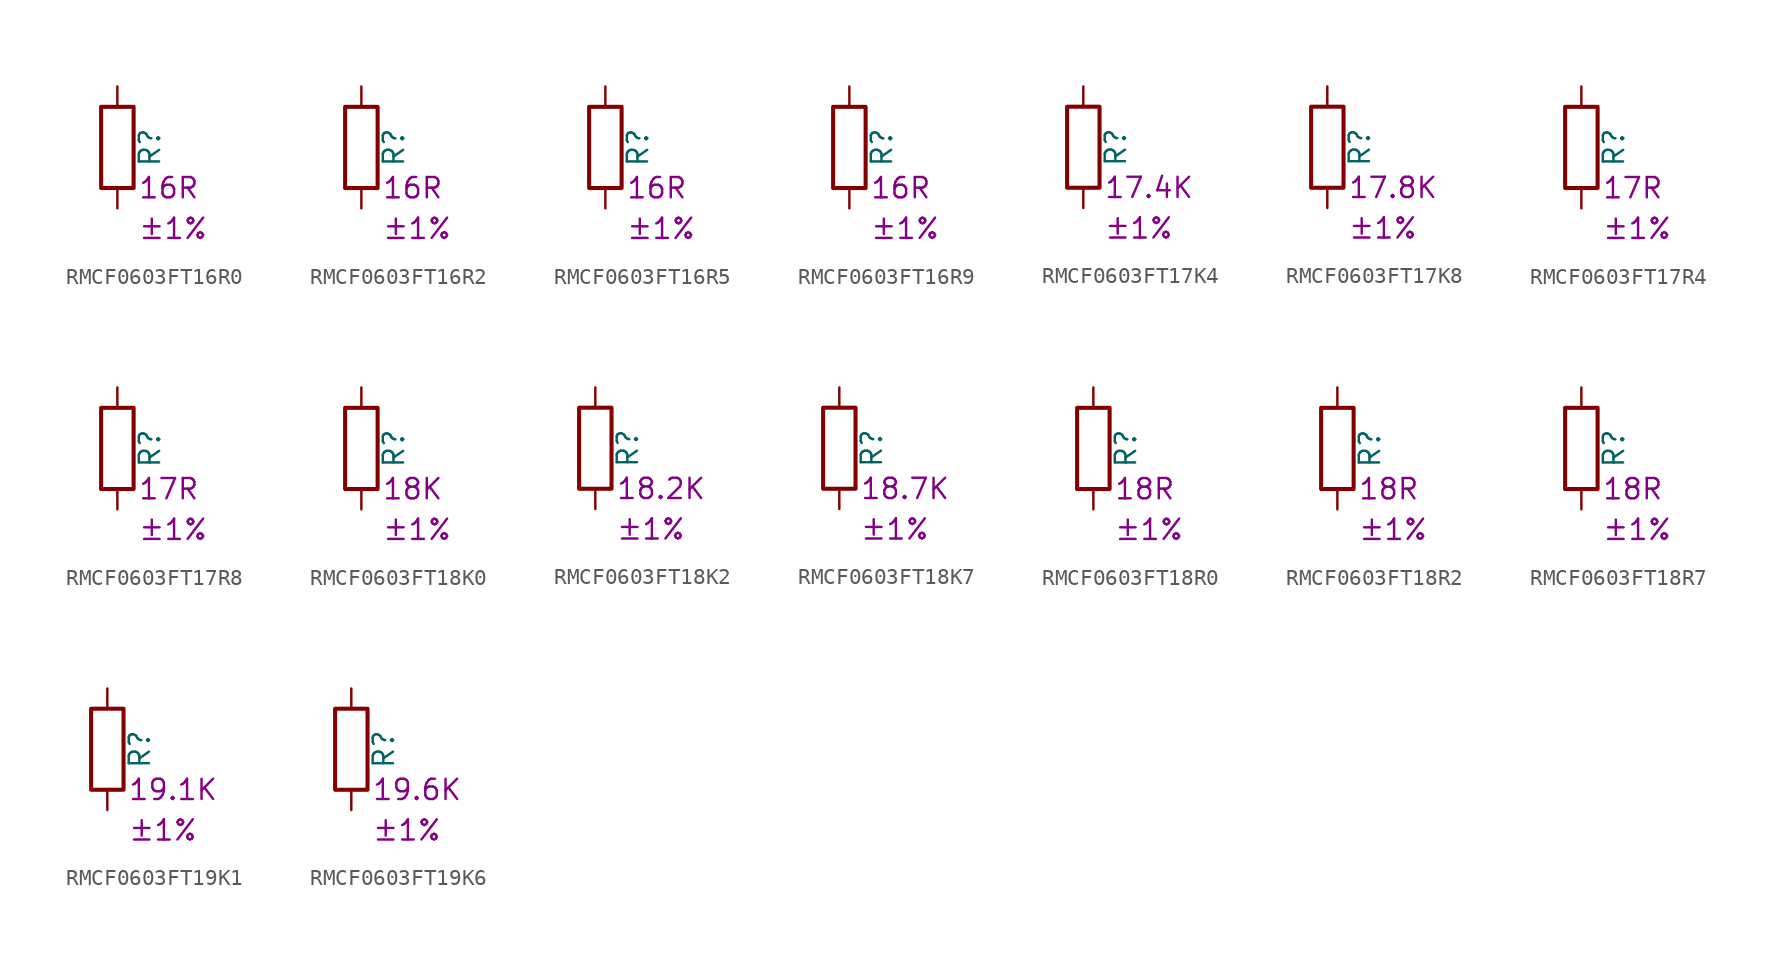
<source format=kicad_sym>
(kicad_symbol_lib
  (version 20220914)
  (generator kicad_symbol_editor)
  (symbol "RMCF0603FT16R0"
    (pin_numbers hide)
    (pin_names
      (offset 0))
    (property "Reference" "R"
      (at 2.032 0 90)
      (effects (font (size 1.27 1.27))))
    (property "Resistance" "16R"
      (at 1.27 -2.54 0)
      (effects (font (size 1.27 1.27)) (justify left)))
    (property "Tolerance" "±1%"
      (at 1.27 -5.08 0)
      (effects (font (size 1.27 1.27)) (justify left)))
    (symbol "RMCF0603FT16R0_0_1"
      (rectangle (start -1.016 -2.54) (end 1.016 2.54) (stroke (width 0.254) (type default)) (fill (type none))))
    (symbol "RMCF0603FT16R0_1_1"
      (pin passive line (at 0 3.81 270) (length 1.27) (name "~" (effects (font (size 1.27 1.27)))) (number "1" (effects (font (size 1.27 1.27)))))
      (pin passive line (at 0 -3.81 90) (length 1.27) (name "~" (effects (font (size 1.27 1.27)))) (number "2" (effects (font (size 1.27 1.27)))))))
  (symbol "RMCF0603FT16R2"
    (pin_numbers hide)
    (pin_names
      (offset 0))
    (property "Reference" "R"
      (at 2.032 0 90)
      (effects (font (size 1.27 1.27))))
    (property "Resistance" "16R"
      (at 1.27 -2.54 0)
      (effects (font (size 1.27 1.27)) (justify left)))
    (property "Tolerance" "±1%"
      (at 1.27 -5.08 0)
      (effects (font (size 1.27 1.27)) (justify left)))
    (symbol "RMCF0603FT16R2_0_1"
      (rectangle (start -1.016 -2.54) (end 1.016 2.54) (stroke (width 0.254) (type default)) (fill (type none))))
    (symbol "RMCF0603FT16R2_1_1"
      (pin passive line (at 0 3.81 270) (length 1.27) (name "~" (effects (font (size 1.27 1.27)))) (number "1" (effects (font (size 1.27 1.27)))))
      (pin passive line (at 0 -3.81 90) (length 1.27) (name "~" (effects (font (size 1.27 1.27)))) (number "2" (effects (font (size 1.27 1.27)))))))
  (symbol "RMCF0603FT16R5"
    (pin_numbers hide)
    (pin_names
      (offset 0))
    (property "Reference" "R"
      (at 2.032 0 90)
      (effects (font (size 1.27 1.27))))
    (property "Resistance" "16R"
      (at 1.27 -2.54 0)
      (effects (font (size 1.27 1.27)) (justify left)))
    (property "Tolerance" "±1%"
      (at 1.27 -5.08 0)
      (effects (font (size 1.27 1.27)) (justify left)))
    (symbol "RMCF0603FT16R5_0_1"
      (rectangle (start -1.016 -2.54) (end 1.016 2.54) (stroke (width 0.254) (type default)) (fill (type none))))
    (symbol "RMCF0603FT16R5_1_1"
      (pin passive line (at 0 3.81 270) (length 1.27) (name "~" (effects (font (size 1.27 1.27)))) (number "1" (effects (font (size 1.27 1.27)))))
      (pin passive line (at 0 -3.81 90) (length 1.27) (name "~" (effects (font (size 1.27 1.27)))) (number "2" (effects (font (size 1.27 1.27)))))))
  (symbol "RMCF0603FT16R9"
    (pin_numbers hide)
    (pin_names
      (offset 0))
    (property "Reference" "R"
      (at 2.032 0 90)
      (effects (font (size 1.27 1.27))))
    (property "Resistance" "16R"
      (at 1.27 -2.54 0)
      (effects (font (size 1.27 1.27)) (justify left)))
    (property "Tolerance" "±1%"
      (at 1.27 -5.08 0)
      (effects (font (size 1.27 1.27)) (justify left)))
    (symbol "RMCF0603FT16R9_0_1"
      (rectangle (start -1.016 -2.54) (end 1.016 2.54) (stroke (width 0.254) (type default)) (fill (type none))))
    (symbol "RMCF0603FT16R9_1_1"
      (pin passive line (at 0 3.81 270) (length 1.27) (name "~" (effects (font (size 1.27 1.27)))) (number "1" (effects (font (size 1.27 1.27)))))
      (pin passive line (at 0 -3.81 90) (length 1.27) (name "~" (effects (font (size 1.27 1.27)))) (number "2" (effects (font (size 1.27 1.27)))))))
  (symbol "RMCF0603FT17K4"
    (pin_numbers hide)
    (pin_names
      (offset 0))
    (property "Reference" "R"
      (at 2.032 0 90)
      (effects (font (size 1.27 1.27))))
    (property "Resistance" "17.4K"
      (at 1.27 -2.54 0)
      (effects (font (size 1.27 1.27)) (justify left)))
    (property "Tolerance" "±1%"
      (at 1.27 -5.08 0)
      (effects (font (size 1.27 1.27)) (justify left)))
    (symbol "RMCF0603FT17K4_0_1"
      (rectangle (start -1.016 -2.54) (end 1.016 2.54) (stroke (width 0.254) (type default)) (fill (type none))))
    (symbol "RMCF0603FT17K4_1_1"
      (pin passive line (at 0 3.81 270) (length 1.27) (name "~" (effects (font (size 1.27 1.27)))) (number "1" (effects (font (size 1.27 1.27)))))
      (pin passive line (at 0 -3.81 90) (length 1.27) (name "~" (effects (font (size 1.27 1.27)))) (number "2" (effects (font (size 1.27 1.27)))))))
  (symbol "RMCF0603FT17K8"
    (pin_numbers hide)
    (pin_names
      (offset 0))
    (property "Reference" "R"
      (at 2.032 0 90)
      (effects (font (size 1.27 1.27))))
    (property "Resistance" "17.8K"
      (at 1.27 -2.54 0)
      (effects (font (size 1.27 1.27)) (justify left)))
    (property "Tolerance" "±1%"
      (at 1.27 -5.08 0)
      (effects (font (size 1.27 1.27)) (justify left)))
    (symbol "RMCF0603FT17K8_0_1"
      (rectangle (start -1.016 -2.54) (end 1.016 2.54) (stroke (width 0.254) (type default)) (fill (type none))))
    (symbol "RMCF0603FT17K8_1_1"
      (pin passive line (at 0 3.81 270) (length 1.27) (name "~" (effects (font (size 1.27 1.27)))) (number "1" (effects (font (size 1.27 1.27)))))
      (pin passive line (at 0 -3.81 90) (length 1.27) (name "~" (effects (font (size 1.27 1.27)))) (number "2" (effects (font (size 1.27 1.27)))))))
  (symbol "RMCF0603FT17R4"
    (pin_numbers hide)
    (pin_names
      (offset 0))
    (property "Reference" "R"
      (at 2.032 0 90)
      (effects (font (size 1.27 1.27))))
    (property "Resistance" "17R"
      (at 1.27 -2.54 0)
      (effects (font (size 1.27 1.27)) (justify left)))
    (property "Tolerance" "±1%"
      (at 1.27 -5.08 0)
      (effects (font (size 1.27 1.27)) (justify left)))
    (symbol "RMCF0603FT17R4_0_1"
      (rectangle (start -1.016 -2.54) (end 1.016 2.54) (stroke (width 0.254) (type default)) (fill (type none))))
    (symbol "RMCF0603FT17R4_1_1"
      (pin passive line (at 0 3.81 270) (length 1.27) (name "~" (effects (font (size 1.27 1.27)))) (number "1" (effects (font (size 1.27 1.27)))))
      (pin passive line (at 0 -3.81 90) (length 1.27) (name "~" (effects (font (size 1.27 1.27)))) (number "2" (effects (font (size 1.27 1.27)))))))
  (symbol "RMCF0603FT17R8"
    (pin_numbers hide)
    (pin_names
      (offset 0))
    (property "Reference" "R"
      (at 2.032 0 90)
      (effects (font (size 1.27 1.27))))
    (property "Resistance" "17R"
      (at 1.27 -2.54 0)
      (effects (font (size 1.27 1.27)) (justify left)))
    (property "Tolerance" "±1%"
      (at 1.27 -5.08 0)
      (effects (font (size 1.27 1.27)) (justify left)))
    (symbol "RMCF0603FT17R8_0_1"
      (rectangle (start -1.016 -2.54) (end 1.016 2.54) (stroke (width 0.254) (type default)) (fill (type none))))
    (symbol "RMCF0603FT17R8_1_1"
      (pin passive line (at 0 3.81 270) (length 1.27) (name "~" (effects (font (size 1.27 1.27)))) (number "1" (effects (font (size 1.27 1.27)))))
      (pin passive line (at 0 -3.81 90) (length 1.27) (name "~" (effects (font (size 1.27 1.27)))) (number "2" (effects (font (size 1.27 1.27)))))))
  (symbol "RMCF0603FT18K0"
    (pin_numbers hide)
    (pin_names
      (offset 0))
    (property "Reference" "R"
      (at 2.032 0 90)
      (effects (font (size 1.27 1.27))))
    (property "Resistance" "18K"
      (at 1.27 -2.54 0)
      (effects (font (size 1.27 1.27)) (justify left)))
    (property "Tolerance" "±1%"
      (at 1.27 -5.08 0)
      (effects (font (size 1.27 1.27)) (justify left)))
    (symbol "RMCF0603FT18K0_0_1"
      (rectangle (start -1.016 -2.54) (end 1.016 2.54) (stroke (width 0.254) (type default)) (fill (type none))))
    (symbol "RMCF0603FT18K0_1_1"
      (pin passive line (at 0 3.81 270) (length 1.27) (name "~" (effects (font (size 1.27 1.27)))) (number "1" (effects (font (size 1.27 1.27)))))
      (pin passive line (at 0 -3.81 90) (length 1.27) (name "~" (effects (font (size 1.27 1.27)))) (number "2" (effects (font (size 1.27 1.27)))))))
  (symbol "RMCF0603FT18K2"
    (pin_numbers hide)
    (pin_names
      (offset 0))
    (property "Reference" "R"
      (at 2.032 0 90)
      (effects (font (size 1.27 1.27))))
    (property "Resistance" "18.2K"
      (at 1.27 -2.54 0)
      (effects (font (size 1.27 1.27)) (justify left)))
    (property "Tolerance" "±1%"
      (at 1.27 -5.08 0)
      (effects (font (size 1.27 1.27)) (justify left)))
    (symbol "RMCF0603FT18K2_0_1"
      (rectangle (start -1.016 -2.54) (end 1.016 2.54) (stroke (width 0.254) (type default)) (fill (type none))))
    (symbol "RMCF0603FT18K2_1_1"
      (pin passive line (at 0 3.81 270) (length 1.27) (name "~" (effects (font (size 1.27 1.27)))) (number "1" (effects (font (size 1.27 1.27)))))
      (pin passive line (at 0 -3.81 90) (length 1.27) (name "~" (effects (font (size 1.27 1.27)))) (number "2" (effects (font (size 1.27 1.27)))))))
  (symbol "RMCF0603FT18K7"
    (pin_numbers hide)
    (pin_names
      (offset 0))
    (property "Reference" "R"
      (at 2.032 0 90)
      (effects (font (size 1.27 1.27))))
    (property "Resistance" "18.7K"
      (at 1.27 -2.54 0)
      (effects (font (size 1.27 1.27)) (justify left)))
    (property "Tolerance" "±1%"
      (at 1.27 -5.08 0)
      (effects (font (size 1.27 1.27)) (justify left)))
    (symbol "RMCF0603FT18K7_0_1"
      (rectangle (start -1.016 -2.54) (end 1.016 2.54) (stroke (width 0.254) (type default)) (fill (type none))))
    (symbol "RMCF0603FT18K7_1_1"
      (pin passive line (at 0 3.81 270) (length 1.27) (name "~" (effects (font (size 1.27 1.27)))) (number "1" (effects (font (size 1.27 1.27)))))
      (pin passive line (at 0 -3.81 90) (length 1.27) (name "~" (effects (font (size 1.27 1.27)))) (number "2" (effects (font (size 1.27 1.27)))))))
  (symbol "RMCF0603FT18R0"
    (pin_numbers hide)
    (pin_names
      (offset 0))
    (property "Reference" "R"
      (at 2.032 0 90)
      (effects (font (size 1.27 1.27))))
    (property "Resistance" "18R"
      (at 1.27 -2.54 0)
      (effects (font (size 1.27 1.27)) (justify left)))
    (property "Tolerance" "±1%"
      (at 1.27 -5.08 0)
      (effects (font (size 1.27 1.27)) (justify left)))
    (symbol "RMCF0603FT18R0_0_1"
      (rectangle (start -1.016 -2.54) (end 1.016 2.54) (stroke (width 0.254) (type default)) (fill (type none))))
    (symbol "RMCF0603FT18R0_1_1"
      (pin passive line (at 0 3.81 270) (length 1.27) (name "~" (effects (font (size 1.27 1.27)))) (number "1" (effects (font (size 1.27 1.27)))))
      (pin passive line (at 0 -3.81 90) (length 1.27) (name "~" (effects (font (size 1.27 1.27)))) (number "2" (effects (font (size 1.27 1.27)))))))
  (symbol "RMCF0603FT18R2"
    (pin_numbers hide)
    (pin_names
      (offset 0))
    (property "Reference" "R"
      (at 2.032 0 90)
      (effects (font (size 1.27 1.27))))
    (property "Resistance" "18R"
      (at 1.27 -2.54 0)
      (effects (font (size 1.27 1.27)) (justify left)))
    (property "Tolerance" "±1%"
      (at 1.27 -5.08 0)
      (effects (font (size 1.27 1.27)) (justify left)))
    (symbol "RMCF0603FT18R2_0_1"
      (rectangle (start -1.016 -2.54) (end 1.016 2.54) (stroke (width 0.254) (type default)) (fill (type none))))
    (symbol "RMCF0603FT18R2_1_1"
      (pin passive line (at 0 3.81 270) (length 1.27) (name "~" (effects (font (size 1.27 1.27)))) (number "1" (effects (font (size 1.27 1.27)))))
      (pin passive line (at 0 -3.81 90) (length 1.27) (name "~" (effects (font (size 1.27 1.27)))) (number "2" (effects (font (size 1.27 1.27)))))))
  (symbol "RMCF0603FT18R7"
    (pin_numbers hide)
    (pin_names
      (offset 0))
    (property "Reference" "R"
      (at 2.032 0 90)
      (effects (font (size 1.27 1.27))))
    (property "Resistance" "18R"
      (at 1.27 -2.54 0)
      (effects (font (size 1.27 1.27)) (justify left)))
    (property "Tolerance" "±1%"
      (at 1.27 -5.08 0)
      (effects (font (size 1.27 1.27)) (justify left)))
    (symbol "RMCF0603FT18R7_0_1"
      (rectangle (start -1.016 -2.54) (end 1.016 2.54) (stroke (width 0.254) (type default)) (fill (type none))))
    (symbol "RMCF0603FT18R7_1_1"
      (pin passive line (at 0 3.81 270) (length 1.27) (name "~" (effects (font (size 1.27 1.27)))) (number "1" (effects (font (size 1.27 1.27)))))
      (pin passive line (at 0 -3.81 90) (length 1.27) (name "~" (effects (font (size 1.27 1.27)))) (number "2" (effects (font (size 1.27 1.27)))))))
  (symbol "RMCF0603FT19K1"
    (pin_numbers hide)
    (pin_names
      (offset 0))
    (property "Reference" "R"
      (at 2.032 0 90)
      (effects (font (size 1.27 1.27))))
    (property "Resistance" "19.1K"
      (at 1.27 -2.54 0)
      (effects (font (size 1.27 1.27)) (justify left)))
    (property "Tolerance" "±1%"
      (at 1.27 -5.08 0)
      (effects (font (size 1.27 1.27)) (justify left)))
    (symbol "RMCF0603FT19K1_0_1"
      (rectangle (start -1.016 -2.54) (end 1.016 2.54) (stroke (width 0.254) (type default)) (fill (type none))))
    (symbol "RMCF0603FT19K1_1_1"
      (pin passive line (at 0 3.81 270) (length 1.27) (name "~" (effects (font (size 1.27 1.27)))) (number "1" (effects (font (size 1.27 1.27)))))
      (pin passive line (at 0 -3.81 90) (length 1.27) (name "~" (effects (font (size 1.27 1.27)))) (number "2" (effects (font (size 1.27 1.27)))))))
  (symbol "RMCF0603FT19K6"
    (pin_numbers hide)
    (pin_names
      (offset 0))
    (property "Reference" "R"
      (at 2.032 0 90)
      (effects (font (size 1.27 1.27))))
    (property "Resistance" "19.6K"
      (at 1.27 -2.54 0)
      (effects (font (size 1.27 1.27)) (justify left)))
    (property "Tolerance" "±1%"
      (at 1.27 -5.08 0)
      (effects (font (size 1.27 1.27)) (justify left)))
    (symbol "RMCF0603FT19K6_0_1"
      (rectangle (start -1.016 -2.54) (end 1.016 2.54) (stroke (width 0.254) (type default)) (fill (type none))))
    (symbol "RMCF0603FT19K6_1_1"
      (pin passive line (at 0 3.81 270) (length 1.27) (name "~" (effects (font (size 1.27 1.27)))) (number "1" (effects (font (size 1.27 1.27)))))
      (pin passive line (at 0 -3.81 90) (length 1.27) (name "~" (effects (font (size 1.27 1.27)))) (number "2" (effects (font (size 1.27 1.27))))))))
</source>
